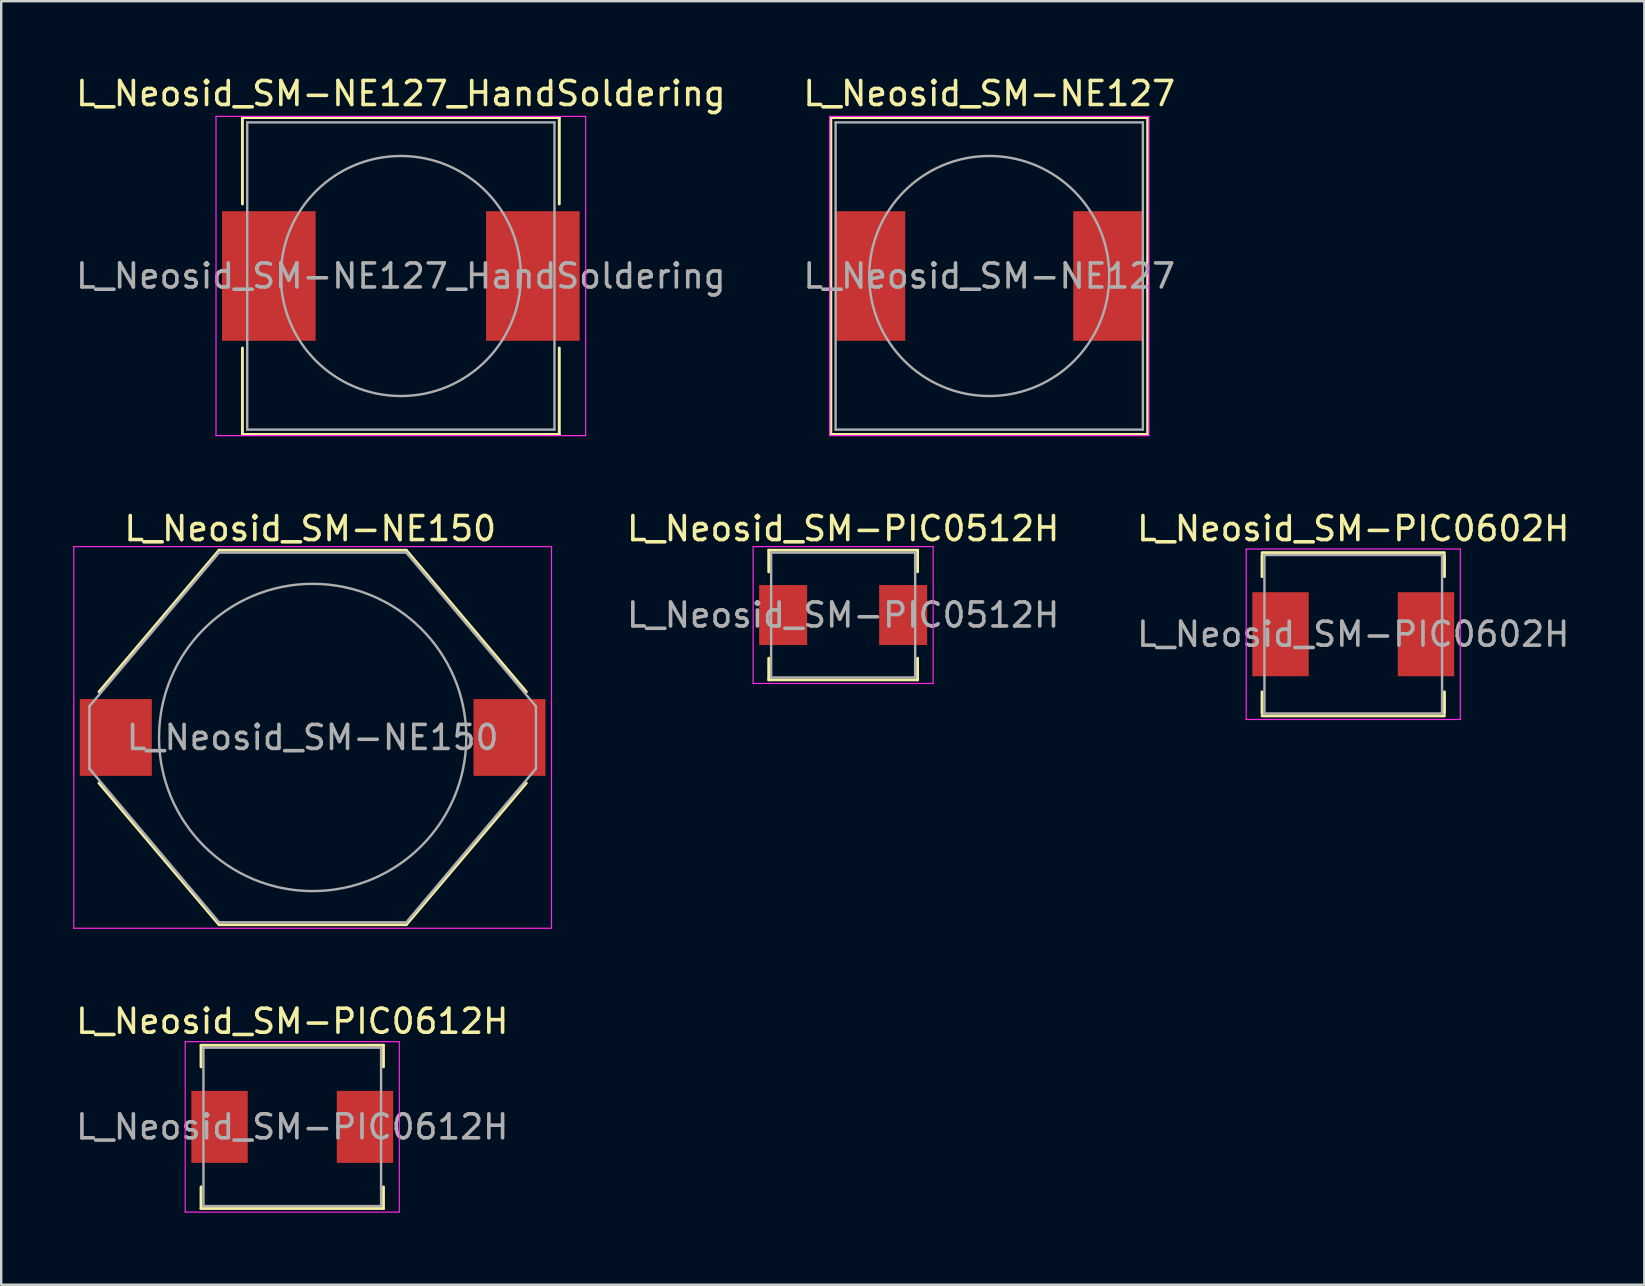
<source format=kicad_pcb>
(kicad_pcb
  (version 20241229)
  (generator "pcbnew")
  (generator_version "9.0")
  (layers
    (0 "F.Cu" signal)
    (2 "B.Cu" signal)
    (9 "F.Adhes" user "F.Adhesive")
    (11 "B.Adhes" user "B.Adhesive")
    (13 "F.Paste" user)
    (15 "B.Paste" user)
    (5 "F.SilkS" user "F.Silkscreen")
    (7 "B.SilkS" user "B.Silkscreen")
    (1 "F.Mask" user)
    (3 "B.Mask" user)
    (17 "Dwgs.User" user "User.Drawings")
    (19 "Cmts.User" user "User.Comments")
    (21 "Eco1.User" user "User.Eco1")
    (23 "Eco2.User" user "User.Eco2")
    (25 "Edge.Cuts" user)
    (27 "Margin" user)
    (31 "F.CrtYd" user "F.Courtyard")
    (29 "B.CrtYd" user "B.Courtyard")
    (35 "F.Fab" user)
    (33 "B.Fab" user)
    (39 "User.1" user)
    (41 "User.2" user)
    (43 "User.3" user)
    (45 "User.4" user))
  (footprint "L_Neosid_SM-NE127"
    (layer "F.Cu")
    (at 38.161 8.448)
    (property "Reference" "L_Neosid_SM-NE127" (at 0 -7.6 0) (layer "F.SilkS") (effects (font (size 1 1) (thickness 0.15))))
    (attr smd)
    (fp_line (start -6.6 -6.6) (end 6.6 -6.6) (stroke (width 0.12) (type solid)) (layer "F.SilkS"))
    (fp_line (start -6.6 6.6) (end -6.6 -6.6) (stroke (width 0.12) (type solid)) (layer "F.SilkS"))
    (fp_line (start 6.6 -6.6) (end 6.6 6.6) (stroke (width 0.12) (type solid)) (layer "F.SilkS"))
    (fp_line (start 6.6 6.6) (end -6.6 6.6) (stroke (width 0.12) (type solid)) (layer "F.SilkS"))
    (fp_line (start -6.65 -6.65) (end -6.65 6.65) (stroke (width 0.05) (type solid)) (layer "F.CrtYd"))
    (fp_line (start -6.65 -6.65) (end 6.65 -6.65) (stroke (width 0.05) (type solid)) (layer "F.CrtYd"))
    (fp_line (start 6.65 6.65) (end -6.65 6.65) (stroke (width 0.05) (type solid)) (layer "F.CrtYd"))
    (fp_line (start 6.65 6.65) (end 6.65 -6.65) (stroke (width 0.05) (type solid)) (layer "F.CrtYd"))
    (fp_line (start -6.4 -6.4) (end 6.4 -6.4) (stroke (width 0.1) (type solid)) (layer "F.Fab"))
    (fp_line (start -6.4 6.4) (end -6.4 -6.4) (stroke (width 0.1) (type solid)) (layer "F.Fab"))
    (fp_line (start 6.4 -6.4) (end 6.4 6.4) (stroke (width 0.1) (type solid)) (layer "F.Fab"))
    (fp_line (start 6.4 6.4) (end -6.4 6.4) (stroke (width 0.1) (type solid)) (layer "F.Fab"))
    (fp_circle (center 0 0) (end 5 0) (stroke (width 0.1) (type solid)) (fill no) (layer "F.Fab"))
    (fp_text user "${REFERENCE}" (at 0 0 0) (layer "F.Fab") (effects (font (size 1 1) (thickness 0.15))))
    (pad "1" smd rect (at -4.95 0) (size 2.9 5.4) (layers "F.Cu" "F.Mask" "F.Paste"))
    (pad "2" smd rect (at 4.95 0) (size 2.9 5.4) (layers "F.Cu" "F.Mask" "F.Paste")))
  (footprint "L_Neosid_SM-PIC0602H"
    (layer "F.Cu")
    (at 53.325 23.372)
    (property "Reference" "L_Neosid_SM-PIC0602H" (at 0 -4.4 0) (layer "F.SilkS") (effects (font (size 1 1) (thickness 0.15))))
    (attr smd)
    (fp_line (start -3.8 -3.3) (end -3.8 -2.4) (stroke (width 0.12) (type solid)) (layer "F.SilkS"))
    (fp_line (start -3.8 2.4) (end -3.8 3.3) (stroke (width 0.12) (type solid)) (layer "F.SilkS"))
    (fp_line (start -3.8 3.4) (end 3.8 3.4) (stroke (width 0.12) (type solid)) (layer "F.SilkS"))
    (fp_line (start 3.8 -3.4) (end -3.8 -3.4) (stroke (width 0.12) (type solid)) (layer "F.SilkS"))
    (fp_line (start 3.8 -2.4) (end 3.8 -3.3) (stroke (width 0.12) (type solid)) (layer "F.SilkS"))
    (fp_line (start 3.8 3.3) (end 3.8 2.4) (stroke (width 0.12) (type solid)) (layer "F.SilkS"))
    (fp_line (start -4.46 -3.55) (end -4.46 3.55) (stroke (width 0.05) (type solid)) (layer "F.CrtYd"))
    (fp_line (start -4.46 -3.55) (end 4.46 -3.55) (stroke (width 0.05) (type solid)) (layer "F.CrtYd"))
    (fp_line (start 4.46 3.55) (end -4.46 3.55) (stroke (width 0.05) (type solid)) (layer "F.CrtYd"))
    (fp_line (start 4.46 3.55) (end 4.46 -3.55) (stroke (width 0.05) (type solid)) (layer "F.CrtYd"))
    (fp_line (start -3.7 -3.3) (end -3.7 3.3) (stroke (width 0.1) (type solid)) (layer "F.Fab"))
    (fp_line (start -3.7 3.3) (end 3.7 3.3) (stroke (width 0.1) (type solid)) (layer "F.Fab"))
    (fp_line (start 3.7 -3.3) (end -3.7 -3.3) (stroke (width 0.1) (type solid)) (layer "F.Fab"))
    (fp_line (start 3.7 3.3) (end 3.7 -3.3) (stroke (width 0.1) (type solid)) (layer "F.Fab"))
    (fp_text user "${REFERENCE}" (at 0 0 0) (layer "F.Fab") (effects (font (size 1 1) (thickness 0.15))))
    (pad "1" smd rect (at -3.03 0) (size 2.35 3.5) (layers "F.Cu" "F.Mask" "F.Paste"))
    (pad "2" smd rect (at 3.03 0) (size 2.35 3.5) (layers "F.Cu" "F.Mask" "F.Paste")))
  (footprint "L_Neosid_SM-NE150"
    (layer "F.Cu")
    (at 9.975 27.672)
    (property "Reference" "L_Neosid_SM-NE150" (at -0.1 -8.7 0) (layer "F.SilkS") (effects (font (size 1 1) (thickness 0.15))))
    (attr smd)
    (fp_line (start -8.9 1.9) (end -3.9 7.8) (stroke (width 0.12) (type solid)) (layer "F.SilkS"))
    (fp_line (start -3.9 -7.8) (end -8.9 -1.9) (stroke (width 0.12) (type solid)) (layer "F.SilkS"))
    (fp_line (start -3.9 -7.8) (end 3.9 -7.8) (stroke (width 0.12) (type solid)) (layer "F.SilkS"))
    (fp_line (start -3.9 7.8) (end 3.9 7.8) (stroke (width 0.12) (type solid)) (layer "F.SilkS"))
    (fp_line (start 3.9 -7.8) (end 8.9 -1.9) (stroke (width 0.12) (type solid)) (layer "F.SilkS"))
    (fp_line (start 3.9 7.8) (end 8.9 1.9) (stroke (width 0.12) (type solid)) (layer "F.SilkS"))
    (fp_line (start -9.95 -7.95) (end -9.95 7.95) (stroke (width 0.05) (type solid)) (layer "F.CrtYd"))
    (fp_line (start -9.95 -7.95) (end 9.95 -7.95) (stroke (width 0.05) (type solid)) (layer "F.CrtYd"))
    (fp_line (start 9.95 7.95) (end -9.95 7.95) (stroke (width 0.05) (type solid)) (layer "F.CrtYd"))
    (fp_line (start 9.95 7.95) (end 9.95 -7.95) (stroke (width 0.05) (type solid)) (layer "F.CrtYd"))
    (fp_line (start -9.3 -1.3) (end -3.9 -7.7) (stroke (width 0.1) (type solid)) (layer "F.Fab"))
    (fp_line (start -9.3 1.3) (end -9.3 -1.3) (stroke (width 0.1) (type solid)) (layer "F.Fab"))
    (fp_line (start -3.9 -7.7) (end 3.9 -7.7) (stroke (width 0.1) (type solid)) (layer "F.Fab"))
    (fp_line (start -3.9 7.7) (end -9.3 1.3) (stroke (width 0.1) (type solid)) (layer "F.Fab"))
    (fp_line (start 3.9 -7.7) (end 9.3 -1.3) (stroke (width 0.1) (type solid)) (layer "F.Fab"))
    (fp_line (start 3.9 7.7) (end -3.9 7.7) (stroke (width 0.1) (type solid)) (layer "F.Fab"))
    (fp_line (start 9.3 -1.3) (end 9.3 1.3) (stroke (width 0.1) (type solid)) (layer "F.Fab"))
    (fp_line (start 9.3 1.3) (end 3.9 7.7) (stroke (width 0.1) (type solid)) (layer "F.Fab"))
    (fp_circle (center 0 0) (end -6.4 0) (stroke (width 0.1) (type solid)) (fill no) (layer "F.Fab"))
    (fp_text user "${REFERENCE}" (at 0 0 0) (layer "F.Fab") (effects (font (size 1 1) (thickness 0.15))))
    (pad "1" smd rect (at -8.2 0 180) (size 3 3.2) (layers "F.Cu" "F.Mask" "F.Paste"))
    (pad "2" smd rect (at 8.2 0) (size 3 3.2) (layers "F.Cu" "F.Mask" "F.Paste")))
  (footprint "L_Neosid_SM-PIC0512H"
    (layer "F.Cu")
    (at 32.075 22.572)
    (property "Reference" "L_Neosid_SM-PIC0512H" (at 0 -3.6 0) (layer "F.SilkS") (effects (font (size 1 1) (thickness 0.15))))
    (attr smd)
    (fp_line (start -3.1 -2.7) (end -3.1 -1.8) (stroke (width 0.12) (type solid)) (layer "F.SilkS"))
    (fp_line (start -3.1 2.7) (end -3.1 1.8) (stroke (width 0.12) (type solid)) (layer "F.SilkS"))
    (fp_line (start 3.1 -2.7) (end -3.1 -2.7) (stroke (width 0.12) (type solid)) (layer "F.SilkS"))
    (fp_line (start 3.1 -2.7) (end 3.1 -1.8) (stroke (width 0.12) (type solid)) (layer "F.SilkS"))
    (fp_line (start 3.1 1.8) (end 3.1 2.7) (stroke (width 0.12) (type solid)) (layer "F.SilkS"))
    (fp_line (start 3.1 2.7) (end -3.1 2.7) (stroke (width 0.12) (type solid)) (layer "F.SilkS"))
    (fp_line (start -3.75 -2.85) (end -3.75 2.85) (stroke (width 0.05) (type solid)) (layer "F.CrtYd"))
    (fp_line (start -3.75 -2.85) (end 3.75 -2.85) (stroke (width 0.05) (type solid)) (layer "F.CrtYd"))
    (fp_line (start 3.75 2.85) (end -3.75 2.85) (stroke (width 0.05) (type solid)) (layer "F.CrtYd"))
    (fp_line (start 3.75 2.85) (end 3.75 -2.85) (stroke (width 0.05) (type solid)) (layer "F.CrtYd"))
    (fp_line (start -3 -2.6) (end 3 -2.6) (stroke (width 0.1) (type solid)) (layer "F.Fab"))
    (fp_line (start -3 2.6) (end -3 -2.6) (stroke (width 0.1) (type solid)) (layer "F.Fab"))
    (fp_line (start 3 -2.6) (end 3 2.6) (stroke (width 0.1) (type solid)) (layer "F.Fab"))
    (fp_line (start 3 2.6) (end -3 2.6) (stroke (width 0.1) (type solid)) (layer "F.Fab"))
    (fp_text user "${REFERENCE}" (at 0 0 0) (layer "F.Fab") (effects (font (size 1 1) (thickness 0.15))))
    (pad "1" smd rect (at -2.5 0 180) (size 2 2.5) (layers "F.Cu" "F.Mask" "F.Paste"))
    (pad "2" smd rect (at 2.5 0 180) (size 2 2.5) (layers "F.Cu" "F.Mask" "F.Paste")))
  (footprint "L_Neosid_SM-PIC0612H"
    (layer "F.Cu")
    (at 9.125 43.895)
    (property "Reference" "L_Neosid_SM-PIC0612H" (at 0 -4.4 0) (layer "F.SilkS") (effects (font (size 1 1) (thickness 0.15))))
    (attr smd)
    (fp_line (start -3.8 -3.4) (end -3.8 -2.5) (stroke (width 0.12) (type solid)) (layer "F.SilkS"))
    (fp_line (start -3.8 2.5) (end -3.8 3.4) (stroke (width 0.12) (type solid)) (layer "F.SilkS"))
    (fp_line (start -3.8 3.4) (end 3.8 3.4) (stroke (width 0.12) (type solid)) (layer "F.SilkS"))
    (fp_line (start 3.8 -3.4) (end -3.8 -3.4) (stroke (width 0.12) (type solid)) (layer "F.SilkS"))
    (fp_line (start 3.8 -2.5) (end 3.8 -3.4) (stroke (width 0.12) (type solid)) (layer "F.SilkS"))
    (fp_line (start 3.8 3.4) (end 3.8 2.5) (stroke (width 0.12) (type solid)) (layer "F.SilkS"))
    (fp_line (start -4.46 -3.55) (end -4.46 3.55) (stroke (width 0.05) (type solid)) (layer "F.CrtYd"))
    (fp_line (start -4.46 -3.55) (end 4.46 -3.55) (stroke (width 0.05) (type solid)) (layer "F.CrtYd"))
    (fp_line (start 4.46 3.55) (end -4.46 3.55) (stroke (width 0.05) (type solid)) (layer "F.CrtYd"))
    (fp_line (start 4.46 3.55) (end 4.46 -3.55) (stroke (width 0.05) (type solid)) (layer "F.CrtYd"))
    (fp_line (start -3.7 -3.3) (end 3.7 -3.3) (stroke (width 0.1) (type solid)) (layer "F.Fab"))
    (fp_line (start -3.7 3.3) (end -3.7 -3.3) (stroke (width 0.1) (type solid)) (layer "F.Fab"))
    (fp_line (start 3.7 -3.3) (end 3.7 3.3) (stroke (width 0.1) (type solid)) (layer "F.Fab"))
    (fp_line (start 3.7 3.3) (end -3.7 3.3) (stroke (width 0.1) (type solid)) (layer "F.Fab"))
    (fp_text user "${REFERENCE}" (at 0 0 0) (layer "F.Fab") (effects (font (size 1 1) (thickness 0.15))))
    (pad "1" smd rect (at -3.03 0) (size 2.35 3) (layers "F.Cu" "F.Mask" "F.Paste"))
    (pad "2" smd rect (at 3.03 0) (size 2.35 3) (layers "F.Cu" "F.Mask" "F.Paste")))
  (footprint "L_Neosid_SM-NE127_HandSoldering"
    (layer "F.Cu")
    (at 13.649 8.448)
    (property "Reference" "L_Neosid_SM-NE127_HandSoldering" (at 0 -7.6 0) (layer "F.SilkS") (effects (font (size 1 1) (thickness 0.15))))
    (attr smd)
    (fp_line (start -6.6 -6.6) (end 6.6 -6.6) (stroke (width 0.12) (type solid)) (layer "F.SilkS"))
    (fp_line (start -6.6 -3) (end -6.6 -6.6) (stroke (width 0.12) (type solid)) (layer "F.SilkS"))
    (fp_line (start -6.6 6.6) (end -6.6 3) (stroke (width 0.12) (type solid)) (layer "F.SilkS"))
    (fp_line (start 6.6 -6.6) (end 6.6 -3) (stroke (width 0.12) (type solid)) (layer "F.SilkS"))
    (fp_line (start 6.6 3) (end 6.6 6.6) (stroke (width 0.12) (type solid)) (layer "F.SilkS"))
    (fp_line (start 6.6 6.6) (end -6.6 6.6) (stroke (width 0.12) (type solid)) (layer "F.SilkS"))
    (fp_line (start -7.7 -6.65) (end -7.7 6.65) (stroke (width 0.05) (type solid)) (layer "F.CrtYd"))
    (fp_line (start -7.7 -6.65) (end 7.7 -6.65) (stroke (width 0.05) (type solid)) (layer "F.CrtYd"))
    (fp_line (start 7.7 6.65) (end -7.7 6.65) (stroke (width 0.05) (type solid)) (layer "F.CrtYd"))
    (fp_line (start 7.7 6.65) (end 7.7 -6.65) (stroke (width 0.05) (type solid)) (layer "F.CrtYd"))
    (fp_line (start -6.4 -6.4) (end 6.4 -6.4) (stroke (width 0.1) (type solid)) (layer "F.Fab"))
    (fp_line (start -6.4 6.4) (end -6.4 -6.4) (stroke (width 0.1) (type solid)) (layer "F.Fab"))
    (fp_line (start 6.4 -6.4) (end 6.4 6.4) (stroke (width 0.1) (type solid)) (layer "F.Fab"))
    (fp_line (start 6.4 6.4) (end -6.4 6.4) (stroke (width 0.1) (type solid)) (layer "F.Fab"))
    (fp_circle (center 0 0) (end 5 0) (stroke (width 0.1) (type solid)) (fill no) (layer "F.Fab"))
    (fp_text user "${REFERENCE}" (at 0 0 0) (layer "F.Fab") (effects (font (size 1 1) (thickness 0.15))))
    (pad "1" smd rect (at -5.5 0) (size 3.9 5.4) (layers "F.Cu" "F.Mask" "F.Paste"))
    (pad "2" smd rect (at 5.5 0) (size 3.9 5.4) (layers "F.Cu" "F.Mask" "F.Paste")))
  (gr_rect
    (start -3 -3)
    (end 65.45 50.47)
    (stroke (width 0.1) (type default))
    (fill no)
    (layer "Edge.Cuts")))
</source>
